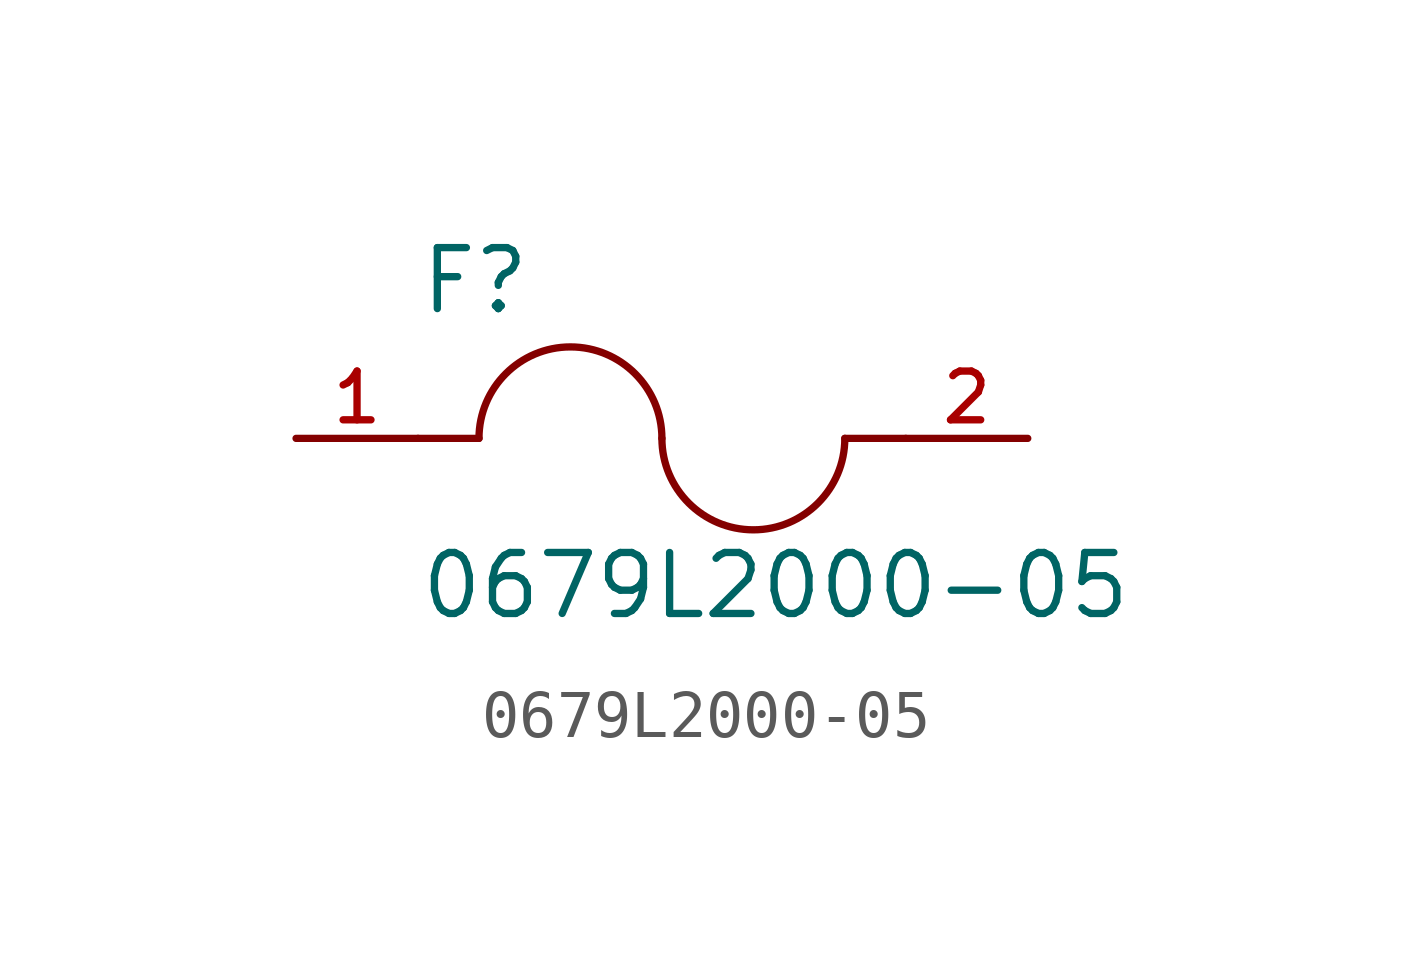
<source format=kicad_sym>
(kicad_symbol_lib
  (version 20211014)
  (generator kicad_symbol_editor)
  (symbol "0679L2000-05"
    (pin_names
      (offset 1.016))
    (property "Reference" "F"
      (at -5.08 2.54 0)
      (effects (font (size 1.27 1.27)) (justify bottom left)))
    (property "Value" "0679L2000-05"
      (at -5.08 -3.81 0)
      (effects (font (size 1.27 1.27)) (justify bottom left)))
    (symbol "0679L2000-05_0_0"
      (arc (start 0.0 0.0) (mid -1.905 1.905) (end -3.81 0.0) (stroke (width 0.1524) (type default) (color 0 0 0 0)) (fill (type none)))
      (arc (start 3.81 0.0) (mid 1.905 -1.905) (end 0.0 0.0) (stroke (width 0.1524) (type default) (color 0 0 0 0)) (fill (type none)))
      (polyline (pts (xy 5.08 0.0) (xy 3.81 0.0)) (stroke (width 0.152)))
      (polyline (pts (xy -5.08 0.0) (xy -3.81 0.0)) (stroke (width 0.152)))
      (pin passive line (at -7.62 0.0 0) (length 2.54) (name "~" (effects (font (size 1.016 1.016)))) (number "1" (effects (font (size 1.016 1.016)))))
      (pin passive line (at 7.62 0.0 180.0) (length 2.54) (name "~" (effects (font (size 1.016 1.016)))) (number "2" (effects (font (size 1.016 1.016))))))))
</source>
